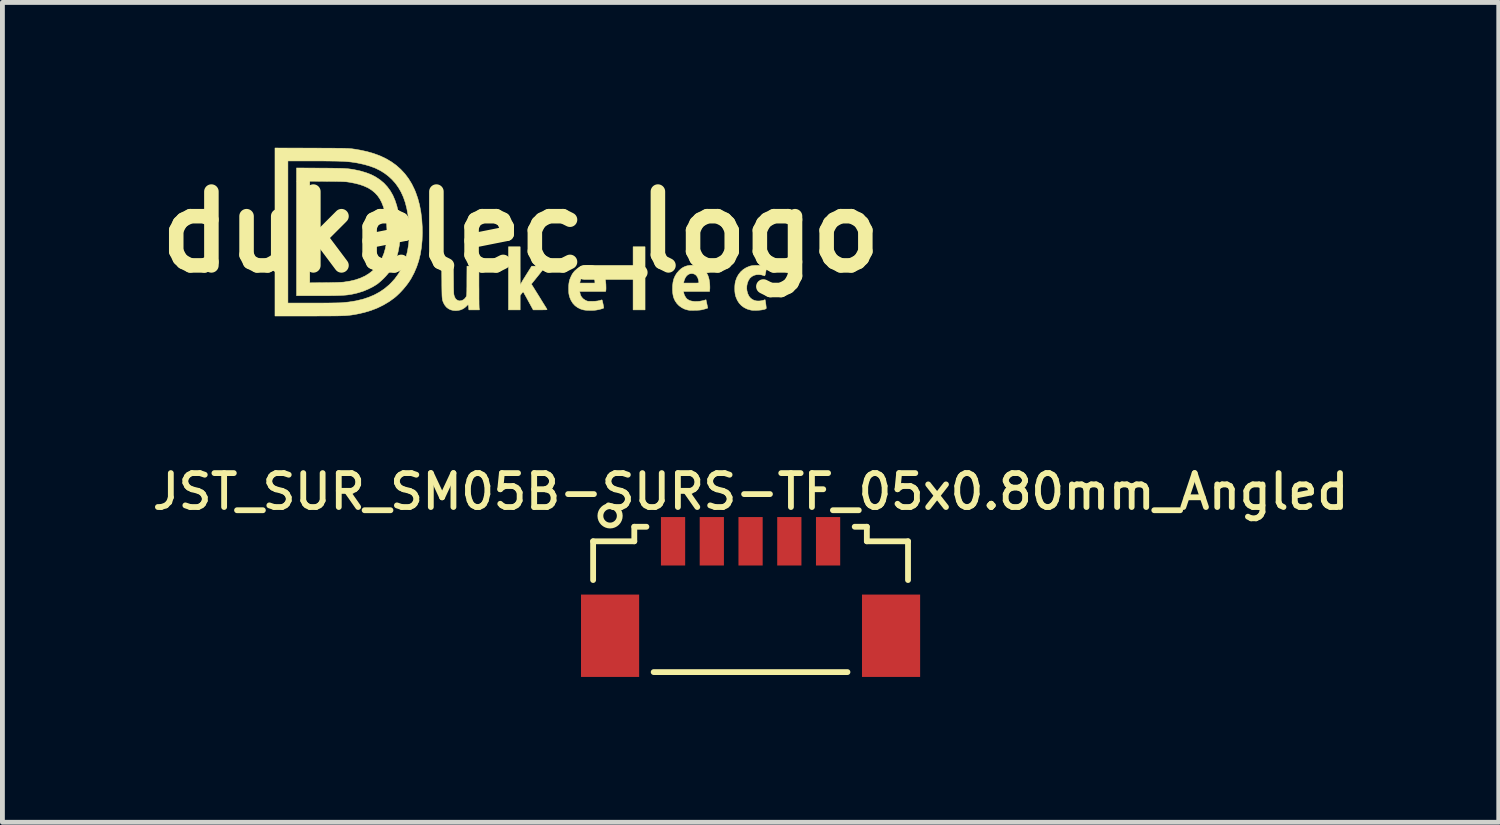
<source format=kicad_pcb>
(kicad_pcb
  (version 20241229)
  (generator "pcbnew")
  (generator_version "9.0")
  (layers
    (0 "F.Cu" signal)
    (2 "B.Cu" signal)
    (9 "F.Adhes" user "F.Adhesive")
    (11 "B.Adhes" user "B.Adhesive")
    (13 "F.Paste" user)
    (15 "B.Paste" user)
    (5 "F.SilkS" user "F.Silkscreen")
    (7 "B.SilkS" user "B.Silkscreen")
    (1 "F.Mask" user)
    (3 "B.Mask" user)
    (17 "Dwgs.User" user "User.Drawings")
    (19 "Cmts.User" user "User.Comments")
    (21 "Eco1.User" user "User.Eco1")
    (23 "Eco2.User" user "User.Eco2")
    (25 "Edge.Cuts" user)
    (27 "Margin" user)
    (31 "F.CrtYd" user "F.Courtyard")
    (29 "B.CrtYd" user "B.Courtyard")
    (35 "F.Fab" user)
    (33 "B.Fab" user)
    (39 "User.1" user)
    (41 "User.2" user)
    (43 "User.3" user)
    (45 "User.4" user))
  (footprint "dukelec_logo"
    (layer "F.Cu")
    (at 7.7 1.739)
    (property "Reference" "dukelec_logo" (at 0 0 0) (layer "F.SilkS") (effects (font (size 1.524 1.524) (thickness 0.3))))
    (attr through_hole)
    (fp_poly (pts (xy 2.565 1.607) (xy 2.318 1.607) (xy 2.318 0.305) (xy 2.565 0.305) (xy 2.565 1.607)) (stroke (width 0.01) (type solid)) (fill yes) (layer "F.SilkS"))
    (fp_poly (pts (xy -0.013 0.7) (xy -0.012 1.095) (xy 0.011 1.051) (xy 0.021 1.034) (xy 0.036 1.007) (xy 0.056 0.974) (xy 0.08 0.937) (xy 0.105 0.896) (xy 0.13 0.856) (xy 0.225 0.705) (xy 0.367 0.705) (xy 0.408 0.705) (xy 0.444 0.706) (xy 0.473 0.707) (xy 0.495 0.708) (xy 0.506 0.709) (xy 0.508 0.71) (xy 0.504 0.715) (xy 0.493 0.73) (xy 0.476 0.752) (xy 0.453 0.781) (xy 0.426 0.815) (xy 0.396 0.854) (xy 0.363 0.895) (xy 0.218 1.075) (xy 0.376 1.328) (xy 0.408 1.38) (xy 0.438 1.429) (xy 0.465 1.473) (xy 0.49 1.512) (xy 0.51 1.545) (xy 0.526 1.57) (xy 0.536 1.587) (xy 0.54 1.594) (xy 0.542 1.598) (xy 0.541 1.601) (xy 0.537 1.603) (xy 0.528 1.605) (xy 0.512 1.606) (xy 0.487 1.606) (xy 0.454 1.607) (xy 0.409 1.607) (xy 0.401 1.607) (xy 0.256 1.607) (xy 0.158 1.428) (xy 0.134 1.384) (xy 0.112 1.343) (xy 0.092 1.308) (xy 0.075 1.278) (xy 0.063 1.256) (xy 0.055 1.243) (xy 0.054 1.24) (xy 0.049 1.237) (xy 0.042 1.24) (xy 0.032 1.252) (xy 0.017 1.27) (xy -0.013 1.31) (xy -0.013 1.607) (xy -0.254 1.607) (xy -0.254 0.305) (xy -0.013 0.305) (xy -0.013 0.7)) (stroke (width 0.01) (type solid)) (fill yes) (layer "F.SilkS"))
    (fp_poly (pts (xy -1.389 0.992) (xy -1.388 1.061) (xy -1.388 1.118) (xy -1.387 1.164) (xy -1.386 1.202) (xy -1.385 1.232) (xy -1.384 1.256) (xy -1.383 1.274) (xy -1.381 1.289) (xy -1.379 1.301) (xy -1.376 1.311) (xy -1.374 1.319) (xy -1.364 1.343) (xy -1.354 1.365) (xy -1.347 1.377) (xy -1.329 1.395) (xy -1.304 1.41) (xy -1.277 1.42) (xy -1.26 1.422) (xy -1.221 1.416) (xy -1.185 1.399) (xy -1.153 1.372) (xy -1.128 1.337) (xy -1.125 1.331) (xy -1.122 1.324) (xy -1.12 1.316) (xy -1.118 1.306) (xy -1.117 1.291) (xy -1.116 1.272) (xy -1.115 1.246) (xy -1.114 1.214) (xy -1.114 1.173) (xy -1.113 1.122) (xy -1.113 1.061) (xy -1.113 1.008) (xy -1.111 0.705) (xy -0.864 0.705) (xy -0.864 1.113) (xy -0.863 1.185) (xy -0.863 1.254) (xy -0.863 1.32) (xy -0.863 1.38) (xy -0.862 1.434) (xy -0.862 1.481) (xy -0.861 1.518) (xy -0.86 1.546) (xy -0.86 1.562) (xy -0.859 1.564) (xy -0.855 1.607) (xy -1.072 1.607) (xy -1.076 1.564) (xy -1.079 1.532) (xy -1.082 1.512) (xy -1.086 1.503) (xy -1.093 1.503) (xy -1.104 1.512) (xy -1.12 1.529) (xy -1.122 1.531) (xy -1.158 1.563) (xy -1.2 1.589) (xy -1.244 1.608) (xy -1.28 1.616) (xy -1.311 1.62) (xy -1.333 1.622) (xy -1.351 1.622) (xy -1.368 1.621) (xy -1.389 1.619) (xy -1.391 1.619) (xy -1.445 1.607) (xy -1.494 1.583) (xy -1.537 1.549) (xy -1.571 1.506) (xy -1.586 1.479) (xy -1.595 1.46) (xy -1.603 1.443) (xy -1.609 1.427) (xy -1.614 1.41) (xy -1.618 1.391) (xy -1.621 1.368) (xy -1.624 1.342) (xy -1.626 1.309) (xy -1.627 1.27) (xy -1.628 1.223) (xy -1.629 1.167) (xy -1.63 1.101) (xy -1.63 1.03) (xy -1.633 0.705) (xy -1.392 0.705) (xy -1.389 0.992)) (stroke (width 0.01) (type solid)) (fill yes) (layer "F.SilkS"))
    (fp_poly (pts (xy 4.909 0.689) (xy 4.954 0.691) (xy 4.995 0.695) (xy 5.025 0.701) (xy 5.047 0.708) (xy 5.064 0.715) (xy 5.072 0.722) (xy 5.072 0.722) (xy 5.072 0.731) (xy 5.07 0.75) (xy 5.066 0.777) (xy 5.06 0.808) (xy 5.058 0.82) (xy 5.05 0.855) (xy 5.045 0.88) (xy 5.04 0.895) (xy 5.036 0.903) (xy 5.032 0.905) (xy 5.03 0.904) (xy 4.973 0.886) (xy 4.918 0.879) (xy 4.864 0.881) (xy 4.815 0.894) (xy 4.771 0.917) (xy 4.734 0.949) (xy 4.725 0.959) (xy 4.697 1.004) (xy 4.677 1.056) (xy 4.666 1.112) (xy 4.664 1.169) (xy 4.669 1.215) (xy 4.686 1.275) (xy 4.71 1.325) (xy 4.742 1.364) (xy 4.781 1.394) (xy 4.828 1.414) (xy 4.863 1.422) (xy 4.897 1.424) (xy 4.936 1.423) (xy 4.974 1.417) (xy 5.007 1.409) (xy 5.016 1.406) (xy 5.031 1.4) (xy 5.041 1.397) (xy 5.042 1.397) (xy 5.044 1.403) (xy 5.047 1.419) (xy 5.052 1.444) (xy 5.056 1.474) (xy 5.058 1.487) (xy 5.062 1.522) (xy 5.065 1.547) (xy 5.066 1.563) (xy 5.066 1.574) (xy 5.064 1.58) (xy 5.06 1.584) (xy 5.058 1.585) (xy 5.039 1.594) (xy 5.011 1.601) (xy 4.974 1.608) (xy 4.932 1.613) (xy 4.888 1.616) (xy 4.843 1.617) (xy 4.801 1.617) (xy 4.764 1.614) (xy 4.743 1.61) (xy 4.673 1.59) (xy 4.61 1.559) (xy 4.555 1.519) (xy 4.508 1.469) (xy 4.47 1.41) (xy 4.441 1.342) (xy 4.431 1.31) (xy 4.423 1.269) (xy 4.418 1.22) (xy 4.417 1.166) (xy 4.418 1.113) (xy 4.423 1.063) (xy 4.431 1.021) (xy 4.431 1.02) (xy 4.457 0.946) (xy 4.493 0.88) (xy 4.538 0.823) (xy 4.591 0.775) (xy 4.653 0.736) (xy 4.722 0.707) (xy 4.743 0.701) (xy 4.775 0.695) (xy 4.815 0.691) (xy 4.861 0.689) (xy 4.909 0.689)) (stroke (width 0.01) (type solid)) (fill yes) (layer "F.SilkS"))
    (fp_poly (pts (xy 3.578 0.688) (xy 3.622 0.692) (xy 3.638 0.696) (xy 3.695 0.715) (xy 3.747 0.746) (xy 3.793 0.787) (xy 3.832 0.837) (xy 3.862 0.895) (xy 3.879 0.946) (xy 3.889 0.988) (xy 3.896 1.036) (xy 3.901 1.087) (xy 3.903 1.136) (xy 3.902 1.177) (xy 3.901 1.179) (xy 3.897 1.226) (xy 3.359 1.226) (xy 3.363 1.253) (xy 3.371 1.286) (xy 3.387 1.321) (xy 3.406 1.353) (xy 3.428 1.379) (xy 3.43 1.381) (xy 3.452 1.396) (xy 3.478 1.411) (xy 3.492 1.417) (xy 3.532 1.427) (xy 3.581 1.433) (xy 3.634 1.434) (xy 3.69 1.43) (xy 3.745 1.42) (xy 3.786 1.41) (xy 3.823 1.398) (xy 3.826 1.412) (xy 3.828 1.423) (xy 3.833 1.444) (xy 3.839 1.471) (xy 3.844 1.497) (xy 3.859 1.569) (xy 3.843 1.576) (xy 3.829 1.58) (xy 3.807 1.587) (xy 3.78 1.594) (xy 3.766 1.598) (xy 3.74 1.605) (xy 3.716 1.609) (xy 3.69 1.612) (xy 3.66 1.614) (xy 3.621 1.616) (xy 3.594 1.616) (xy 3.545 1.617) (xy 3.506 1.617) (xy 3.476 1.615) (xy 3.452 1.611) (xy 3.442 1.609) (xy 3.379 1.59) (xy 3.321 1.56) (xy 3.268 1.522) (xy 3.224 1.477) (xy 3.189 1.427) (xy 3.18 1.41) (xy 3.162 1.371) (xy 3.15 1.335) (xy 3.142 1.298) (xy 3.136 1.257) (xy 3.133 1.207) (xy 3.132 1.198) (xy 3.133 1.113) (xy 3.14 1.054) (xy 3.359 1.054) (xy 3.518 1.054) (xy 3.568 1.054) (xy 3.608 1.054) (xy 3.637 1.053) (xy 3.657 1.052) (xy 3.669 1.05) (xy 3.675 1.048) (xy 3.677 1.046) (xy 3.674 1.023) (xy 3.668 0.995) (xy 3.66 0.965) (xy 3.651 0.94) (xy 3.648 0.934) (xy 3.624 0.898) (xy 3.594 0.874) (xy 3.557 0.86) (xy 3.527 0.857) (xy 3.487 0.863) (xy 3.45 0.881) (xy 3.419 0.909) (xy 3.393 0.949) (xy 3.373 0.999) (xy 3.363 1.037) (xy 3.359 1.054) (xy 3.14 1.054) (xy 3.142 1.036) (xy 3.159 0.967) (xy 3.186 0.905) (xy 3.222 0.847) (xy 3.267 0.796) (xy 3.31 0.757) (xy 3.353 0.729) (xy 3.399 0.708) (xy 3.442 0.696) (xy 3.483 0.689) (xy 3.53 0.686) (xy 3.578 0.688)) (stroke (width 0.01) (type solid)) (fill yes) (layer "F.SilkS"))
    (fp_poly (pts (xy 1.466 0.691) (xy 1.526 0.705) (xy 1.58 0.73) (xy 1.628 0.765) (xy 1.639 0.775) (xy 1.677 0.819) (xy 1.708 0.87) (xy 1.731 0.929) (xy 1.747 0.997) (xy 1.75 1.016) (xy 1.754 1.048) (xy 1.757 1.085) (xy 1.758 1.122) (xy 1.759 1.157) (xy 1.758 1.187) (xy 1.756 1.208) (xy 1.755 1.211) (xy 1.751 1.226) (xy 1.217 1.226) (xy 1.221 1.257) (xy 1.233 1.302) (xy 1.255 1.343) (xy 1.288 1.379) (xy 1.33 1.407) (xy 1.343 1.414) (xy 1.359 1.421) (xy 1.372 1.426) (xy 1.387 1.429) (xy 1.405 1.431) (xy 1.429 1.431) (xy 1.463 1.431) (xy 1.473 1.431) (xy 1.535 1.429) (xy 1.588 1.423) (xy 1.634 1.413) (xy 1.67 1.401) (xy 1.674 1.401) (xy 1.679 1.408) (xy 1.684 1.422) (xy 1.689 1.446) (xy 1.697 1.48) (xy 1.697 1.48) (xy 1.703 1.511) (xy 1.708 1.538) (xy 1.711 1.558) (xy 1.711 1.568) (xy 1.711 1.569) (xy 1.702 1.574) (xy 1.684 1.581) (xy 1.658 1.589) (xy 1.628 1.597) (xy 1.595 1.604) (xy 1.566 1.61) (xy 1.526 1.615) (xy 1.48 1.618) (xy 1.43 1.618) (xy 1.381 1.617) (xy 1.337 1.614) (xy 1.301 1.609) (xy 1.299 1.609) (xy 1.233 1.589) (xy 1.173 1.559) (xy 1.12 1.52) (xy 1.076 1.473) (xy 1.041 1.418) (xy 1.036 1.409) (xy 1.019 1.37) (xy 1.006 1.335) (xy 0.997 1.3) (xy 0.991 1.263) (xy 0.989 1.22) (xy 0.988 1.167) (xy 0.988 1.165) (xy 0.989 1.109) (xy 0.993 1.062) (xy 0.995 1.054) (xy 1.218 1.054) (xy 1.53 1.054) (xy 1.53 1.03) (xy 1.526 0.989) (xy 1.512 0.949) (xy 1.492 0.913) (xy 1.467 0.884) (xy 1.457 0.876) (xy 1.427 0.863) (xy 1.391 0.857) (xy 1.355 0.86) (xy 1.323 0.871) (xy 1.321 0.872) (xy 1.29 0.895) (xy 1.262 0.928) (xy 1.24 0.97) (xy 1.225 1.018) (xy 1.222 1.031) (xy 1.218 1.054) (xy 0.995 1.054) (xy 1 1.021) (xy 1.011 0.981) (xy 1.027 0.941) (xy 1.045 0.902) (xy 1.064 0.866) (xy 1.084 0.838) (xy 1.107 0.81) (xy 1.12 0.797) (xy 1.171 0.753) (xy 1.225 0.721) (xy 1.284 0.7) (xy 1.348 0.688) (xy 1.397 0.686) (xy 1.466 0.691)) (stroke (width 0.01) (type solid)) (fill yes) (layer "F.SilkS"))
    (fp_poly (pts (xy -4.145 -1.319) (xy -4.049 -1.319) (xy -3.964 -1.318) (xy -3.89 -1.317) (xy -3.825 -1.316) (xy -3.769 -1.315) (xy -3.719 -1.314) (xy -3.677 -1.313) (xy -3.639 -1.311) (xy -3.605 -1.308) (xy -3.574 -1.306) (xy -3.545 -1.303) (xy -3.516 -1.299) (xy -3.488 -1.295) (xy -3.458 -1.29) (xy -3.435 -1.286) (xy -3.31 -1.259) (xy -3.195 -1.225) (xy -3.088 -1.184) (xy -2.992 -1.134) (xy -2.904 -1.075) (xy -2.825 -1.009) (xy -2.755 -0.933) (xy -2.693 -0.849) (xy -2.64 -0.756) (xy -2.596 -0.653) (xy -2.559 -0.541) (xy -2.53 -0.419) (xy -2.509 -0.288) (xy -2.496 -0.152) (xy -2.49 -0.001) (xy -2.494 0.143) (xy -2.508 0.28) (xy -2.533 0.411) (xy -2.567 0.534) (xy -2.569 0.539) (xy -2.584 0.578) (xy -2.604 0.624) (xy -2.628 0.674) (xy -2.655 0.724) (xy -2.681 0.771) (xy -2.706 0.811) (xy -2.716 0.826) (xy -2.749 0.868) (xy -2.789 0.914) (xy -2.834 0.961) (xy -2.881 1.005) (xy -2.927 1.045) (xy -2.965 1.075) (xy -3.048 1.127) (xy -3.14 1.174) (xy -3.238 1.216) (xy -3.34 1.249) (xy -3.391 1.263) (xy -3.43 1.272) (xy -3.466 1.28) (xy -3.501 1.287) (xy -3.536 1.292) (xy -3.573 1.298) (xy -3.612 1.302) (xy -3.655 1.305) (xy -3.702 1.308) (xy -3.755 1.31) (xy -3.814 1.312) (xy -3.882 1.313) (xy -3.958 1.314) (xy -4.044 1.314) (xy -4.142 1.314) (xy -4.189 1.314) (xy -4.629 1.314) (xy -4.629 1.049) (xy -4.356 1.049) (xy -4.037 1.046) (xy -3.951 1.045) (xy -3.877 1.043) (xy -3.814 1.042) (xy -3.761 1.04) (xy -3.717 1.038) (xy -3.682 1.036) (xy -3.653 1.034) (xy -3.641 1.032) (xy -3.522 1.013) (xy -3.413 0.987) (xy -3.314 0.953) (xy -3.224 0.912) (xy -3.141 0.863) (xy -3.067 0.806) (xy -3.042 0.783) (xy -2.973 0.71) (xy -2.914 0.628) (xy -2.864 0.538) (xy -2.824 0.44) (xy -2.795 0.339) (xy -2.779 0.253) (xy -2.768 0.159) (xy -2.763 0.058) (xy -2.763 -0.047) (xy -2.768 -0.152) (xy -2.778 -0.256) (xy -2.794 -0.355) (xy -2.81 -0.433) (xy -2.838 -0.526) (xy -2.871 -0.61) (xy -2.911 -0.686) (xy -2.958 -0.753) (xy -3.014 -0.812) (xy -3.077 -0.864) (xy -3.149 -0.909) (xy -3.231 -0.947) (xy -3.323 -0.98) (xy -3.425 -1.006) (xy -3.539 -1.028) (xy -3.569 -1.032) (xy -3.587 -1.035) (xy -3.609 -1.037) (xy -3.633 -1.039) (xy -3.663 -1.04) (xy -3.698 -1.042) (xy -3.741 -1.043) (xy -3.791 -1.044) (xy -3.851 -1.045) (xy -3.922 -1.045) (xy -3.999 -1.046) (xy -4.356 -1.049) (xy -4.356 1.049) (xy -4.629 1.049) (xy -4.629 -1.322) (xy -4.145 -1.319)) (stroke (width 0.01) (type solid)) (fill yes) (layer "F.SilkS"))
    (fp_poly (pts (xy -4.329 -1.732) (xy -4.213 -1.732) (xy -4.108 -1.731) (xy -4.014 -1.731) (xy -3.931 -1.731) (xy -3.857 -1.73) (xy -3.791 -1.729) (xy -3.734 -1.729) (xy -3.683 -1.728) (xy -3.638 -1.727) (xy -3.599 -1.725) (xy -3.564 -1.724) (xy -3.533 -1.722) (xy -3.505 -1.719) (xy -3.479 -1.717) (xy -3.453 -1.713) (xy -3.429 -1.71) (xy -3.404 -1.706) (xy -3.377 -1.701) (xy -3.349 -1.696) (xy -3.324 -1.692) (xy -3.175 -1.66) (xy -3.036 -1.62) (xy -2.906 -1.572) (xy -2.785 -1.515) (xy -2.674 -1.45) (xy -2.572 -1.377) (xy -2.479 -1.294) (xy -2.394 -1.203) (xy -2.319 -1.104) (xy -2.252 -0.995) (xy -2.194 -0.877) (xy -2.17 -0.819) (xy -2.126 -0.694) (xy -2.09 -0.559) (xy -2.063 -0.415) (xy -2.044 -0.263) (xy -2.034 -0.103) (xy -2.032 0.013) (xy -2.037 0.17) (xy -2.051 0.318) (xy -2.074 0.46) (xy -2.107 0.594) (xy -2.15 0.722) (xy -2.203 0.845) (xy -2.266 0.963) (xy -2.27 0.97) (xy -2.315 1.039) (xy -2.368 1.11) (xy -2.427 1.181) (xy -2.49 1.249) (xy -2.553 1.31) (xy -2.6 1.351) (xy -2.71 1.432) (xy -2.829 1.503) (xy -2.956 1.566) (xy -3.09 1.618) (xy -3.232 1.661) (xy -3.381 1.694) (xy -3.404 1.698) (xy -3.434 1.704) (xy -3.463 1.708) (xy -3.491 1.713) (xy -3.519 1.716) (xy -3.547 1.719) (xy -3.577 1.722) (xy -3.609 1.725) (xy -3.645 1.727) (xy -3.684 1.728) (xy -3.729 1.73) (xy -3.779 1.731) (xy -3.836 1.732) (xy -3.9 1.732) (xy -3.973 1.733) (xy -4.055 1.733) (xy -4.146 1.733) (xy -4.249 1.734) (xy -4.363 1.734) (xy -4.386 1.734) (xy -5.074 1.734) (xy -5.074 1.467) (xy -4.807 1.467) (xy -4.303 1.467) (xy -4.219 1.467) (xy -4.137 1.467) (xy -4.059 1.466) (xy -3.985 1.466) (xy -3.917 1.465) (xy -3.855 1.464) (xy -3.802 1.463) (xy -3.758 1.462) (xy -3.724 1.461) (xy -3.701 1.46) (xy -3.701 1.46) (xy -3.549 1.445) (xy -3.406 1.422) (xy -3.271 1.39) (xy -3.146 1.35) (xy -3.029 1.301) (xy -2.921 1.243) (xy -2.82 1.176) (xy -2.727 1.099) (xy -2.683 1.057) (xy -2.6 0.966) (xy -2.528 0.867) (xy -2.465 0.76) (xy -2.413 0.646) (xy -2.371 0.524) (xy -2.338 0.394) (xy -2.316 0.256) (xy -2.314 0.244) (xy -2.311 0.204) (xy -2.308 0.153) (xy -2.306 0.096) (xy -2.305 0.035) (xy -2.305 -0.028) (xy -2.306 -0.089) (xy -2.307 -0.145) (xy -2.31 -0.195) (xy -2.312 -0.214) (xy -2.329 -0.355) (xy -2.353 -0.486) (xy -2.384 -0.607) (xy -2.423 -0.719) (xy -2.47 -0.823) (xy -2.525 -0.918) (xy -2.587 -1.005) (xy -2.659 -1.085) (xy -2.663 -1.089) (xy -2.74 -1.159) (xy -2.822 -1.22) (xy -2.911 -1.274) (xy -3.008 -1.321) (xy -3.114 -1.36) (xy -3.23 -1.394) (xy -3.326 -1.415) (xy -3.368 -1.424) (xy -3.408 -1.431) (xy -3.448 -1.437) (xy -3.488 -1.443) (xy -3.53 -1.448) (xy -3.574 -1.452) (xy -3.621 -1.456) (xy -3.672 -1.459) (xy -3.729 -1.461) (xy -3.793 -1.463) (xy -3.863 -1.464) (xy -3.942 -1.465) (xy -4.03 -1.466) (xy -4.128 -1.467) (xy -4.237 -1.467) (xy -4.297 -1.467) (xy -4.807 -1.467) (xy -4.807 1.467) (xy -5.074 1.467) (xy -5.074 -1.734) (xy -4.329 -1.732)) (stroke (width 0.01) (type solid)) (fill yes) (layer "F.SilkS")))
  (footprint "JST_SUR_SM05B-SURS-TF_05x0.80mm_Angled"
    (layer "F.Cu")
    (at 12.443 9.098)
    (property "Reference" "JST_SUR_SM05B-SURS-TF_05x0.80mm_Angled" (at 0 -2 0) (layer "F.SilkS") (effects (font (size 0.7 0.7) (thickness 0.12))))
    (attr smd)
    (fp_line (start -3.25 -0.975) (end -3.25 -0.175) (stroke (width 0.12) (type solid)) (layer "F.SilkS"))
    (fp_line (start -2.4 -1.275) (end -2.4 -0.975) (stroke (width 0.12) (type solid)) (layer "F.SilkS"))
    (fp_line (start -2.4 -0.975) (end -3.25 -0.975) (stroke (width 0.12) (type solid)) (layer "F.SilkS"))
    (fp_line (start -2.15 -1.275) (end -2.4 -1.275) (stroke (width 0.12) (type solid)) (layer "F.SilkS"))
    (fp_line (start -2 1.725) (end 2 1.725) (stroke (width 0.12) (type solid)) (layer "F.SilkS"))
    (fp_line (start 2.15 -1.275) (end 2.4 -1.275) (stroke (width 0.12) (type solid)) (layer "F.SilkS"))
    (fp_line (start 2.4 -1.275) (end 2.4 -0.975) (stroke (width 0.12) (type solid)) (layer "F.SilkS"))
    (fp_line (start 2.4 -0.975) (end 3.25 -0.975) (stroke (width 0.12) (type solid)) (layer "F.SilkS"))
    (fp_line (start 3.25 -0.975) (end 3.25 -0.175) (stroke (width 0.12) (type solid)) (layer "F.SilkS"))
    (fp_circle (center -2.9 -1.5) (end -2.7 -1.5) (stroke (width 0.12) (type solid)) (fill no) (layer "F.SilkS"))
    (pad "1" smd rect (at -1.6 -0.975) (size 0.5 1) (layers "F.Cu" "F.Mask" "F.Paste"))
    (pad "2" smd rect (at -0.8 -0.975) (size 0.5 1) (layers "F.Cu" "F.Mask" "F.Paste"))
    (pad "3" smd rect (at 0 -0.975) (size 0.5 1) (layers "F.Cu" "F.Mask" "F.Paste"))
    (pad "4" smd rect (at 0.8 -0.975) (size 0.5 1) (layers "F.Cu" "F.Mask" "F.Paste"))
    (pad "5" smd rect (at 1.6 -0.975) (size 0.5 1) (layers "F.Cu" "F.Mask" "F.Paste"))
    (pad "6" smd rect (at -2.9 0.975) (size 1.2 1.7) (layers "F.Cu" "F.Mask" "F.Paste"))
    (pad "6" smd rect (at 2.9 0.975) (size 1.2 1.7) (layers "F.Cu" "F.Mask" "F.Paste")))
  (gr_rect
    (start -3 -3)
    (end 27.887 13.923)
    (stroke (width 0.1) (type default))
    (fill no)
    (layer "Edge.Cuts")))
</source>
